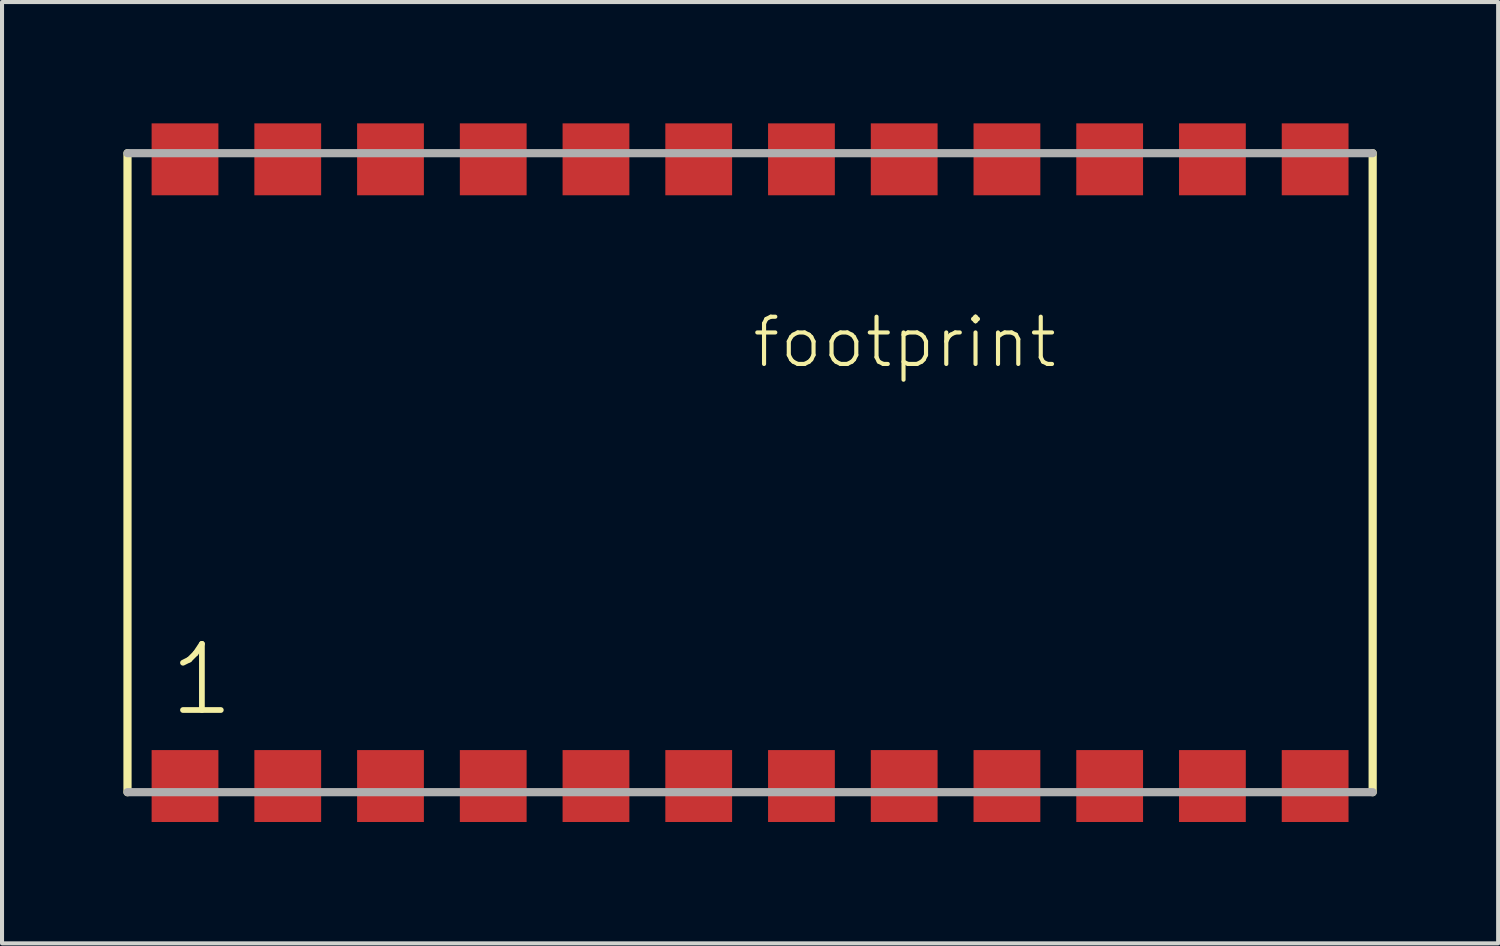
<source format=kicad_pcb>
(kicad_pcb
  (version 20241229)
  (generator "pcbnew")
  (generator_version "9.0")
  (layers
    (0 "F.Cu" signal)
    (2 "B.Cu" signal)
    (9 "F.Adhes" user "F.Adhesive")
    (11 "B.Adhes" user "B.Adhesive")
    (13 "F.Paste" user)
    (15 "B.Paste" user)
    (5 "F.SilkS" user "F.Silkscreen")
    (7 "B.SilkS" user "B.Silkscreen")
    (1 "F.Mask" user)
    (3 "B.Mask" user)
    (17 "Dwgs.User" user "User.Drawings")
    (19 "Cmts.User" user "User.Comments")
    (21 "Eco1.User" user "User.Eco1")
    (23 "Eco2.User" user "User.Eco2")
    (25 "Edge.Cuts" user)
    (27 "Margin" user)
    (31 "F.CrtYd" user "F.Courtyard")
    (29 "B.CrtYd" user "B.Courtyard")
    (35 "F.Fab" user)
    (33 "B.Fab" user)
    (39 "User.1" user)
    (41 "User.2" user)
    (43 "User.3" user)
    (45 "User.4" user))
  (footprint "footprint"
    (layer "F.Cu")
    (at 15.494 8.636)
    (property "Reference" "footprint" (at 0 -2.54 0) (layer "F.SilkS") (effects (font (size 1.168 1.168) (thickness 0.102)) (justify left bottom)))
    (fp_line (start -15.392 -7.899) (end -15.392 7.899) (stroke (width 0.203) (type solid)) (layer "F.SilkS"))
    (fp_line (start 15.392 7.899) (end 15.392 -7.899) (stroke (width 0.203) (type solid)) (layer "F.SilkS"))
    (fp_line (start -15.392 7.899) (end 15.392 7.899) (stroke (width 0.203) (type solid)) (layer "F.Fab"))
    (fp_line (start 15.392 -7.899) (end -15.392 -7.899) (stroke (width 0.203) (type solid)) (layer "F.Fab"))
    (fp_text user "1" (at -14.425 6.075 0) (layer "F.SilkS") (effects (font (size 1.636 1.636) (thickness 0.142)) (justify left bottom)))
    (pad "1" smd rect (at -13.97 7.747) (size 1.651 1.778) (layers "F.Cu" "F.Mask" "F.Paste"))
    (pad "2" smd rect (at -11.43 7.747) (size 1.651 1.778) (layers "F.Cu" "F.Mask" "F.Paste"))
    (pad "3" smd rect (at -8.89 7.747) (size 1.651 1.778) (layers "F.Cu" "F.Mask" "F.Paste"))
    (pad "4" smd rect (at -6.35 7.747) (size 1.651 1.778) (layers "F.Cu" "F.Mask" "F.Paste"))
    (pad "5" smd rect (at -3.81 7.747) (size 1.651 1.778) (layers "F.Cu" "F.Mask" "F.Paste"))
    (pad "6" smd rect (at -1.27 7.747) (size 1.651 1.778) (layers "F.Cu" "F.Mask" "F.Paste"))
    (pad "7" smd rect (at 1.27 7.747) (size 1.651 1.778) (layers "F.Cu" "F.Mask" "F.Paste"))
    (pad "8" smd rect (at 3.81 7.747) (size 1.651 1.778) (layers "F.Cu" "F.Mask" "F.Paste"))
    (pad "9" smd rect (at 6.35 7.747) (size 1.651 1.778) (layers "F.Cu" "F.Mask" "F.Paste"))
    (pad "10" smd rect (at 8.89 7.747) (size 1.651 1.778) (layers "F.Cu" "F.Mask" "F.Paste"))
    (pad "11" smd rect (at 11.43 7.747) (size 1.651 1.778) (layers "F.Cu" "F.Mask" "F.Paste"))
    (pad "12" smd rect (at 13.97 7.747) (size 1.651 1.778) (layers "F.Cu" "F.Mask" "F.Paste"))
    (pad "13" smd rect (at 13.97 -7.747 180) (size 1.651 1.778) (layers "F.Cu" "F.Mask" "F.Paste"))
    (pad "14" smd rect (at 11.43 -7.747 180) (size 1.651 1.778) (layers "F.Cu" "F.Mask" "F.Paste"))
    (pad "15" smd rect (at 8.89 -7.747 180) (size 1.651 1.778) (layers "F.Cu" "F.Mask" "F.Paste"))
    (pad "16" smd rect (at 6.35 -7.747 180) (size 1.651 1.778) (layers "F.Cu" "F.Mask" "F.Paste"))
    (pad "17" smd rect (at 3.81 -7.747 180) (size 1.651 1.778) (layers "F.Cu" "F.Mask" "F.Paste"))
    (pad "18" smd rect (at 1.27 -7.747 180) (size 1.651 1.778) (layers "F.Cu" "F.Mask" "F.Paste"))
    (pad "19" smd rect (at -1.27 -7.747 180) (size 1.651 1.778) (layers "F.Cu" "F.Mask" "F.Paste"))
    (pad "20" smd rect (at -3.81 -7.747 180) (size 1.651 1.778) (layers "F.Cu" "F.Mask" "F.Paste"))
    (pad "21" smd rect (at -6.35 -7.747 180) (size 1.651 1.778) (layers "F.Cu" "F.Mask" "F.Paste"))
    (pad "22" smd rect (at -8.89 -7.747 180) (size 1.651 1.778) (layers "F.Cu" "F.Mask" "F.Paste"))
    (pad "23" smd rect (at -11.43 -7.747 180) (size 1.651 1.778) (layers "F.Cu" "F.Mask" "F.Paste"))
    (pad "24" smd rect (at -13.97 -7.747 180) (size 1.651 1.778) (layers "F.Cu" "F.Mask" "F.Paste")))
  (gr_rect
    (start -3 -3)
    (end 33.988 20.272)
    (stroke (width 0.1) (type default))
    (fill no)
    (layer "Edge.Cuts")))
</source>
